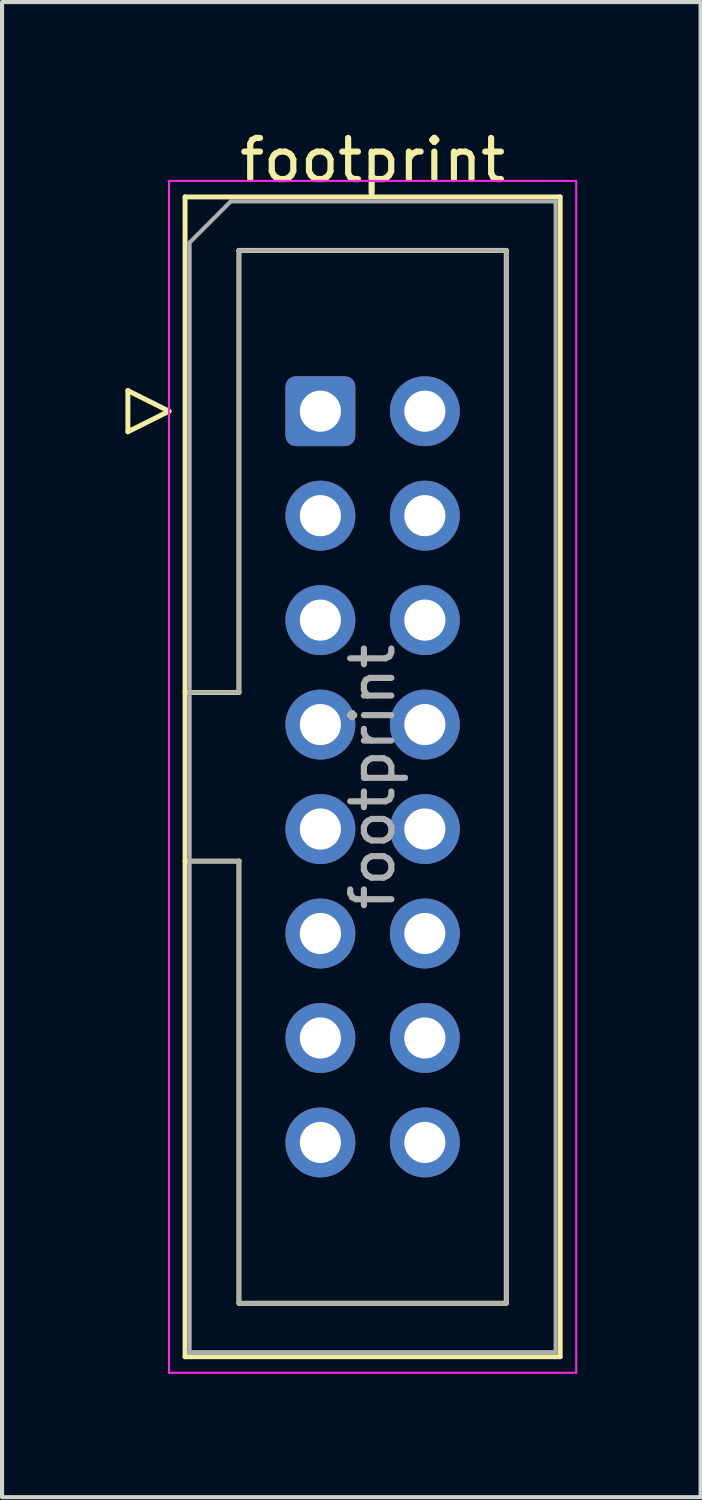
<source format=kicad_pcb>
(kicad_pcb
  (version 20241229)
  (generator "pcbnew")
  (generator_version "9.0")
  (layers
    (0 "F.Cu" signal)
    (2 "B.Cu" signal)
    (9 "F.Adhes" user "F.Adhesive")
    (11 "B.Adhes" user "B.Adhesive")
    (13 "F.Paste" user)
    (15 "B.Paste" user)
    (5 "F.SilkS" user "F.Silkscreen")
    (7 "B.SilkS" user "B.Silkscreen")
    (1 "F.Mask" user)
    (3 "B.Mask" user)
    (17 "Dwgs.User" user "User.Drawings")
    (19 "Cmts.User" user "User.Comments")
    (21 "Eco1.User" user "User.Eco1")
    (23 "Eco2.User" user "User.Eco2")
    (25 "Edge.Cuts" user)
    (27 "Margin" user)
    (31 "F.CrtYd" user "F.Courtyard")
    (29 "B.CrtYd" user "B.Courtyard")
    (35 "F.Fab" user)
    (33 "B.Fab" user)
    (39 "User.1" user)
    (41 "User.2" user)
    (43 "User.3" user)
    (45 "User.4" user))
  (footprint "footprint"
    (layer "F.Cu")
    (at 4.74 6.948)
    (property "Reference" "footprint" (at 1.27 -6.1 0) (layer "F.SilkS") (effects (font (size 1 1) (thickness 0.15))))
    (attr through_hole)
    (fp_line (start -4.68 -0.5) (end -4.68 0.5) (stroke (width 0.12) (type solid)) (layer "F.SilkS"))
    (fp_line (start -4.68 0.5) (end -3.68 0) (stroke (width 0.12) (type solid)) (layer "F.SilkS"))
    (fp_line (start -3.68 0) (end -4.68 -0.5) (stroke (width 0.12) (type solid)) (layer "F.SilkS"))
    (fp_line (start -3.29 -5.21) (end 5.83 -5.21) (stroke (width 0.12) (type solid)) (layer "F.SilkS"))
    (fp_line (start -3.29 6.84) (end -1.98 6.84) (stroke (width 0.12) (type solid)) (layer "F.SilkS"))
    (fp_line (start -3.29 22.99) (end -3.29 -5.21) (stroke (width 0.12) (type solid)) (layer "F.SilkS"))
    (fp_line (start -1.98 -3.91) (end 4.52 -3.91) (stroke (width 0.12) (type solid)) (layer "F.SilkS"))
    (fp_line (start -1.98 6.84) (end -1.98 -3.91) (stroke (width 0.12) (type solid)) (layer "F.SilkS"))
    (fp_line (start -1.98 10.94) (end -3.29 10.94) (stroke (width 0.12) (type solid)) (layer "F.SilkS"))
    (fp_line (start -1.98 10.94) (end -1.98 10.94) (stroke (width 0.12) (type solid)) (layer "F.SilkS"))
    (fp_line (start -1.98 21.69) (end -1.98 10.94) (stroke (width 0.12) (type solid)) (layer "F.SilkS"))
    (fp_line (start 4.52 -3.91) (end 4.52 21.69) (stroke (width 0.12) (type solid)) (layer "F.SilkS"))
    (fp_line (start 4.52 21.69) (end -1.98 21.69) (stroke (width 0.12) (type solid)) (layer "F.SilkS"))
    (fp_line (start 5.83 -5.21) (end 5.83 22.99) (stroke (width 0.12) (type solid)) (layer "F.SilkS"))
    (fp_line (start 5.83 22.99) (end -3.29 22.99) (stroke (width 0.12) (type solid)) (layer "F.SilkS"))
    (fp_line (start -3.68 -5.6) (end -3.68 23.38) (stroke (width 0.05) (type solid)) (layer "F.CrtYd"))
    (fp_line (start -3.68 23.38) (end 6.22 23.38) (stroke (width 0.05) (type solid)) (layer "F.CrtYd"))
    (fp_line (start 6.22 -5.6) (end -3.68 -5.6) (stroke (width 0.05) (type solid)) (layer "F.CrtYd"))
    (fp_line (start 6.22 23.38) (end 6.22 -5.6) (stroke (width 0.05) (type solid)) (layer "F.CrtYd"))
    (fp_line (start -3.18 -4.1) (end -2.18 -5.1) (stroke (width 0.1) (type solid)) (layer "F.Fab"))
    (fp_line (start -3.18 6.84) (end -1.98 6.84) (stroke (width 0.1) (type solid)) (layer "F.Fab"))
    (fp_line (start -3.18 22.88) (end -3.18 -4.1) (stroke (width 0.1) (type solid)) (layer "F.Fab"))
    (fp_line (start -2.18 -5.1) (end 5.72 -5.1) (stroke (width 0.1) (type solid)) (layer "F.Fab"))
    (fp_line (start -1.98 -3.91) (end 4.52 -3.91) (stroke (width 0.1) (type solid)) (layer "F.Fab"))
    (fp_line (start -1.98 6.84) (end -1.98 -3.91) (stroke (width 0.1) (type solid)) (layer "F.Fab"))
    (fp_line (start -1.98 10.94) (end -3.18 10.94) (stroke (width 0.1) (type solid)) (layer "F.Fab"))
    (fp_line (start -1.98 10.94) (end -1.98 10.94) (stroke (width 0.1) (type solid)) (layer "F.Fab"))
    (fp_line (start -1.98 21.69) (end -1.98 10.94) (stroke (width 0.1) (type solid)) (layer "F.Fab"))
    (fp_line (start 4.52 -3.91) (end 4.52 21.69) (stroke (width 0.1) (type solid)) (layer "F.Fab"))
    (fp_line (start 4.52 21.69) (end -1.98 21.69) (stroke (width 0.1) (type solid)) (layer "F.Fab"))
    (fp_line (start 5.72 -5.1) (end 5.72 22.88) (stroke (width 0.1) (type solid)) (layer "F.Fab"))
    (fp_line (start 5.72 22.88) (end -3.18 22.88) (stroke (width 0.1) (type solid)) (layer "F.Fab"))
    (fp_text user "${REFERENCE}" (at 1.27 8.89 90) (layer "F.Fab") (effects (font (size 1 1) (thickness 0.15))))
    (pad "1" thru_hole roundrect (at 0 0) (size 1.7 1.7) (drill 1) (layers "*.Cu" "*.Mask") (roundrect_rratio 0.147))
    (pad "2" thru_hole circle (at 2.54 0) (size 1.7 1.7) (drill 1) (layers "*.Cu" "*.Mask"))
    (pad "3" thru_hole circle (at 0 2.54) (size 1.7 1.7) (drill 1) (layers "*.Cu" "*.Mask"))
    (pad "4" thru_hole circle (at 2.54 2.54) (size 1.7 1.7) (drill 1) (layers "*.Cu" "*.Mask"))
    (pad "5" thru_hole circle (at 0 5.08) (size 1.7 1.7) (drill 1) (layers "*.Cu" "*.Mask"))
    (pad "6" thru_hole circle (at 2.54 5.08) (size 1.7 1.7) (drill 1) (layers "*.Cu" "*.Mask"))
    (pad "7" thru_hole circle (at 0 7.62) (size 1.7 1.7) (drill 1) (layers "*.Cu" "*.Mask"))
    (pad "8" thru_hole circle (at 2.54 7.62) (size 1.7 1.7) (drill 1) (layers "*.Cu" "*.Mask"))
    (pad "9" thru_hole circle (at 0 10.16) (size 1.7 1.7) (drill 1) (layers "*.Cu" "*.Mask"))
    (pad "10" thru_hole circle (at 2.54 10.16) (size 1.7 1.7) (drill 1) (layers "*.Cu" "*.Mask"))
    (pad "11" thru_hole circle (at 0 12.7) (size 1.7 1.7) (drill 1) (layers "*.Cu" "*.Mask"))
    (pad "12" thru_hole circle (at 2.54 12.7) (size 1.7 1.7) (drill 1) (layers "*.Cu" "*.Mask"))
    (pad "13" thru_hole circle (at 0 15.24) (size 1.7 1.7) (drill 1) (layers "*.Cu" "*.Mask"))
    (pad "14" thru_hole circle (at 2.54 15.24) (size 1.7 1.7) (drill 1) (layers "*.Cu" "*.Mask"))
    (pad "15" thru_hole circle (at 0 17.78) (size 1.7 1.7) (drill 1) (layers "*.Cu" "*.Mask"))
    (pad "16" thru_hole circle (at 2.54 17.78) (size 1.7 1.7) (drill 1) (layers "*.Cu" "*.Mask")))
  (gr_rect
    (start -3 -3)
    (end 13.985 33.353)
    (stroke (width 0.1) (type default))
    (fill no)
    (layer "Edge.Cuts")))
</source>
